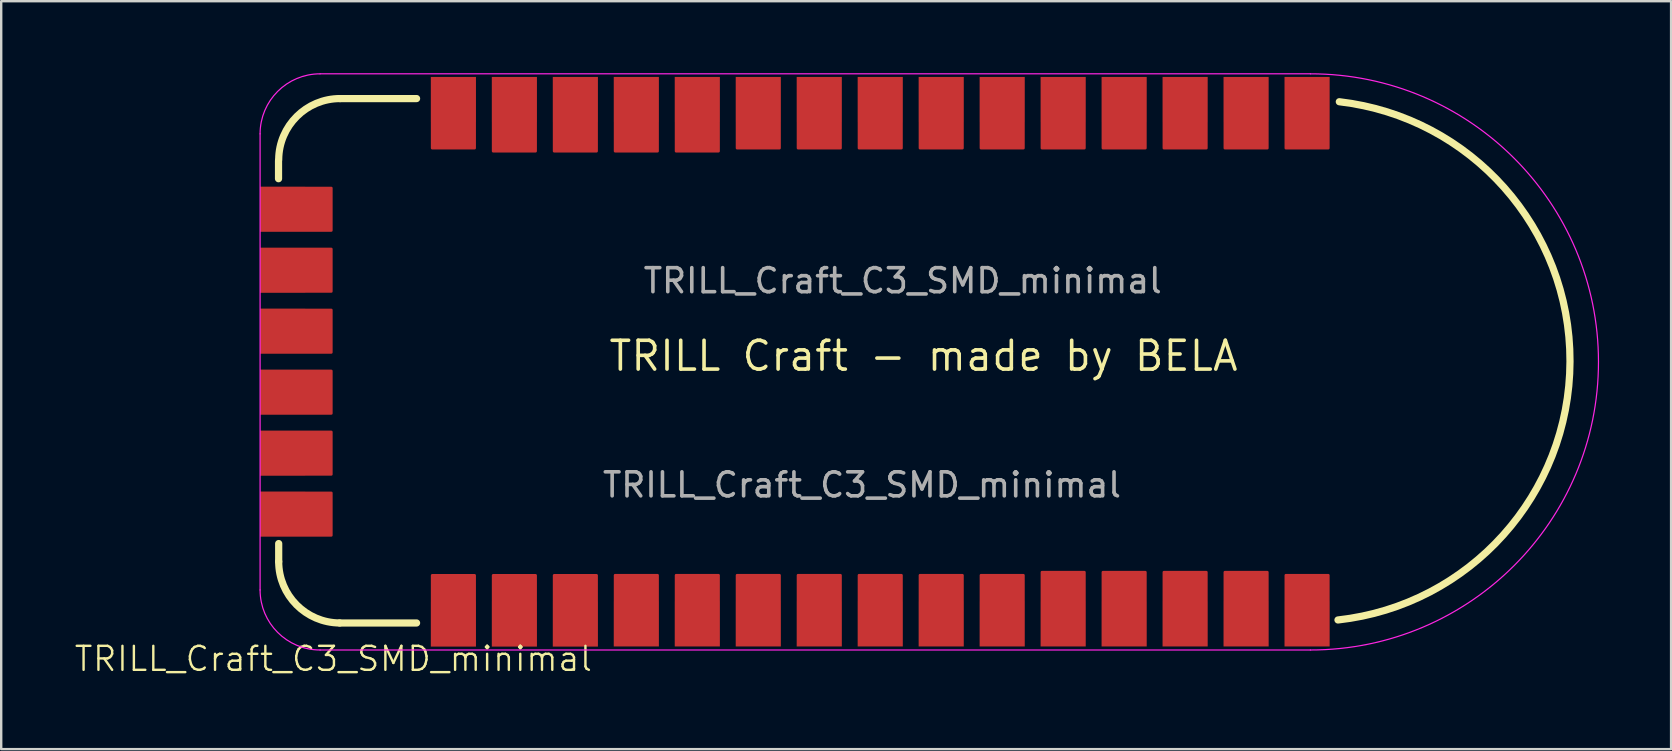
<source format=kicad_pcb>
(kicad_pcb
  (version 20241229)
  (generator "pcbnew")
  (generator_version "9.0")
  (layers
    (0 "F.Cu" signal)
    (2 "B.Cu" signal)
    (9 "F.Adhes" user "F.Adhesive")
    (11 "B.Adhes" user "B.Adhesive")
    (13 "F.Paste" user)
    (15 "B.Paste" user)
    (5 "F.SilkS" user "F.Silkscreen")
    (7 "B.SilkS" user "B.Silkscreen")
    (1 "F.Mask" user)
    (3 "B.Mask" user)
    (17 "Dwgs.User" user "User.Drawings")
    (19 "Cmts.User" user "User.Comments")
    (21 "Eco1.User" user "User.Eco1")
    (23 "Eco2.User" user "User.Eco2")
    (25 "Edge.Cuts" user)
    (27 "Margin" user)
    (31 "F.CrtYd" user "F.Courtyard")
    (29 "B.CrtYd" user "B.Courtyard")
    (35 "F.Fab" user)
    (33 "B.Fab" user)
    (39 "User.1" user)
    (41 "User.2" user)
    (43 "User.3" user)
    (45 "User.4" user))
  (footprint "TRILL_Craft_C3_SMD_minimal"
    (layer "F.Cu")
    (at 33.985 11.978)
    (property "Reference" "TRILL_Craft_C3_SMD_minimal" (at -23.149 12.416 0) (unlocked yes) (layer "F.SilkS") (effects (font (size 1 1) (thickness 0.1))))
    (attr smd)
    (fp_line (start -25.433 -7.584) (end -25.433 -8.334) (stroke (width 0.3) (type default)) (layer "F.SilkS"))
    (fp_line (start -25.426 8.364) (end -25.426 7.614) (stroke (width 0.3) (type default)) (layer "F.SilkS"))
    (fp_line (start -22.886 10.922) (end -19.683 10.922) (stroke (width 0.3) (type solid)) (layer "F.SilkS"))
    (fp_line (start -19.683 -10.922) (end -22.868 -10.922) (stroke (width 0.3) (type solid)) (layer "F.SilkS"))
    (fp_arc (start -25.426 -8.382) (mid -24.670384 -10.179139) (end -22.867934 -10.922) (stroke (width 0.3) (type solid)) (layer "F.SilkS"))
    (fp_arc (start -22.886 10.922) (mid -24.683139 10.166384) (end -25.426 8.363934) (stroke (width 0.3) (type solid)) (layer "F.SilkS"))
    (fp_arc (start 18.75449 -10.790335) (mid 28.362977 0.028215) (end 18.698419 10.796706) (stroke (width 0.3) (type solid)) (layer "F.SilkS"))
    (fp_line (start -26.201 9.547) (end -26.201 -9.453) (stroke (width 0.05) (type default)) (layer "F.CrtYd"))
    (fp_line (start 17.549 -11.953) (end -23.701 -11.953) (stroke (width 0.05) (type default)) (layer "F.CrtYd"))
    (fp_line (start 17.549 12.047) (end -23.701 12.047) (stroke (width 0.05) (type default)) (layer "F.CrtYd"))
    (fp_arc (start -26.201006 -9.452658) (mid -25.468773 -11.220425) (end -23.701006 -11.952658) (stroke (width 0.05) (type default)) (layer "F.CrtYd"))
    (fp_arc (start -23.701006 12.047342) (mid -25.468773 11.315109) (end -26.201006 9.547342) (stroke (width 0.05) (type default)) (layer "F.CrtYd"))
    (fp_arc (start 17.548994 -11.952658) (mid 29.548994 0.047342) (end 17.548994 12.047342) (stroke (width 0.05) (type default)) (layer "F.CrtYd"))
    (fp_text user "TRILL Craft - made by BELA" (at -11.75 0.5 0) (unlocked yes) (layer "F.SilkS") (effects (font (size 1.2 1.2) (thickness 0.15)) (justify left bottom)))
    (fp_text user "${REFERENCE}" (at -1.131 5.171 0) (unlocked yes) (layer "F.Fab") (effects (font (size 1 1) (thickness 0.15))))
    (fp_text user "${REFERENCE}" (at 0.567 -3.334 0) (unlocked yes) (layer "F.Fab") (effects (font (size 1 1) (thickness 0.15))))
    (pad "0" smd custom (at -18.149 10.965) (size 1.88 1.88) (layers "F.Cu" "F.Mask" "F.Paste") (options (anchor rect)) (primitives (gr_poly (pts (xy 0.889 0) (xy -0.889 0) (xy -0.889 -2.032) (xy 0.889 -2.032)) (width 0.1) (fill yes))))
    (pad "1" smd custom (at -15.609 10.965) (size 1.88 1.88) (layers "F.Cu" "F.Mask" "F.Paste") (options (anchor rect)) (primitives (gr_poly (pts (xy 0.889 0) (xy -0.889 0) (xy -0.889 -2.032) (xy 0.889 -2.032)) (width 0.1) (fill yes))))
    (pad "2" smd custom (at -13.069 10.965) (size 1.88 1.88) (layers "F.Cu" "F.Mask" "F.Paste") (options (anchor rect)) (primitives (gr_poly (pts (xy 0.889 0) (xy -0.889 0) (xy -0.889 -2.032) (xy 0.889 -2.032)) (width 0.1) (fill yes))))
    (pad "3" smd custom (at -10.529 10.96) (size 1.88 1.88) (layers "F.Cu" "F.Mask" "F.Paste") (options (anchor rect)) (primitives (gr_poly (pts (xy 0.889 0) (xy -0.889 0) (xy -0.889 -2.032) (xy 0.889 -2.032)) (width 0.1) (fill yes))))
    (pad "4" smd custom (at -7.989 10.96) (size 1.88 1.88) (layers "F.Cu" "F.Mask" "F.Paste") (options (anchor rect)) (primitives (gr_poly (pts (xy 0.889 0) (xy -0.889 0) (xy -0.889 -2.032) (xy 0.889 -2.032)) (width 0.1) (fill yes))))
    (pad "5" smd custom (at -5.449 10.96) (size 1.88 1.88) (layers "F.Cu" "F.Mask" "F.Paste") (options (anchor rect)) (primitives (gr_poly (pts (xy 0.889 0) (xy -0.889 0) (xy -0.889 -2.032) (xy 0.889 -2.032)) (width 0.1) (fill yes))))
    (pad "6" smd custom (at -2.909 10.96) (size 1.88 1.88) (layers "F.Cu" "F.Mask" "F.Paste") (options (anchor rect)) (primitives (gr_poly (pts (xy 0.889 0) (xy -0.889 0) (xy -0.889 -2.032) (xy 0.889 -2.032)) (width 0.1) (fill yes))))
    (pad "7" smd custom (at -0.369 10.96) (size 1.88 1.88) (layers "F.Cu" "F.Mask" "F.Paste") (options (anchor rect)) (primitives (gr_poly (pts (xy 0.889 0) (xy -0.889 0) (xy -0.889 -2.032) (xy 0.889 -2.032)) (width 0.1) (fill yes))))
    (pad "8" smd custom (at 2.171 10.96) (size 1.88 1.88) (layers "F.Cu" "F.Mask" "F.Paste") (options (anchor rect)) (primitives (gr_poly (pts (xy 0.889 0) (xy -0.889 0) (xy -0.889 -2.032) (xy 0.889 -2.032)) (width 0.1) (fill yes))))
    (pad "9" smd custom (at 4.711 10.96) (size 1.88 1.88) (layers "F.Cu" "F.Mask" "F.Paste") (options (anchor rect)) (primitives (gr_poly (pts (xy 0.889 0) (xy -0.889 0) (xy -0.889 -2.032) (xy 0.889 -2.032)) (width 0.1) (fill yes))))
    (pad "10" smd custom (at 7.251 10.96) (size 1.88 1.88) (layers "F.Cu" "F.Mask" "F.Paste") (options (anchor rect)) (primitives (gr_poly (pts (xy 0.889 -0.127) (xy -0.889 -0.127) (xy -0.889 -2.159) (xy 0.889 -2.159)) (width 0.1) (fill yes))))
    (pad "11" smd custom (at 9.791 10.96) (size 1.88 1.88) (layers "F.Cu" "F.Mask" "F.Paste") (options (anchor rect)) (primitives (gr_poly (pts (xy 0.889 -0.127) (xy -0.889 -0.127) (xy -0.889 -2.159) (xy 0.889 -2.159)) (width 0.1) (fill yes))))
    (pad "12" smd custom (at 12.331 10.96) (size 1.88 1.88) (layers "F.Cu" "F.Mask" "F.Paste") (options (anchor rect)) (primitives (gr_poly (pts (xy 0.889 -0.127) (xy -0.889 -0.127) (xy -0.889 -2.159) (xy 0.889 -2.159)) (width 0.1) (fill yes))))
    (pad "13" smd custom (at 14.871 10.96) (size 1.88 1.88) (layers "F.Cu" "F.Mask" "F.Paste") (options (anchor rect)) (primitives (gr_poly (pts (xy 0.889 -0.127) (xy -0.889 -0.127) (xy -0.889 -2.159) (xy 0.889 -2.159)) (width 0.1) (fill yes))))
    (pad "14" smd custom (at 17.411 10.96) (size 1.88 1.88) (layers "F.Cu" "F.Mask" "F.Paste") (options (anchor rect)) (primitives (gr_poly (pts (xy 0.889 0) (xy -0.889 0) (xy -0.889 -2.032) (xy 0.889 -2.032)) (width 0.1) (fill yes))))
    (pad "15" smd custom (at 17.411 -10.884 180) (size 1.88 1.88) (layers "F.Cu" "F.Mask" "F.Paste") (options (anchor rect)) (primitives (gr_poly (pts (xy 0.889 0) (xy -0.889 0) (xy -0.889 -2.032) (xy 0.889 -2.032)) (width 0.1) (fill yes))))
    (pad "16" smd custom (at 14.871 -10.884 180) (size 1.88 1.88) (layers "F.Cu" "F.Mask" "F.Paste") (options (anchor rect)) (primitives (gr_poly (pts (xy 0.889 0) (xy -0.889 0) (xy -0.889 -2.032) (xy 0.889 -2.032)) (width 0.1) (fill yes))))
    (pad "17" smd custom (at 12.331 -10.884 180) (size 1.88 1.88) (layers "F.Cu" "F.Mask" "F.Paste") (options (anchor rect)) (primitives (gr_poly (pts (xy 0.889 0) (xy -0.889 0) (xy -0.889 -2.032) (xy 0.889 -2.032)) (width 0.1) (fill yes))))
    (pad "18" smd custom (at 9.791 -10.884 180) (size 1.88 1.88) (layers "F.Cu" "F.Mask" "F.Paste") (options (anchor rect)) (primitives (gr_poly (pts (xy 0.889 0) (xy -0.889 0) (xy -0.889 -2.032) (xy 0.889 -2.032)) (width 0.1) (fill yes))))
    (pad "19" smd custom (at 7.251 -10.884 180) (size 1.88 1.88) (layers "F.Cu" "F.Mask" "F.Paste") (options (anchor rect)) (primitives (gr_poly (pts (xy 0.889 0) (xy -0.889 0) (xy -0.889 -2.032) (xy 0.889 -2.032)) (width 0.1) (fill yes))))
    (pad "20" smd custom (at 4.711 -10.884 180) (size 1.88 1.88) (layers "F.Cu" "F.Mask" "F.Paste") (options (anchor rect)) (primitives (gr_poly (pts (xy 0.889 0) (xy -0.889 0) (xy -0.889 -2.032) (xy 0.889 -2.032)) (width 0.1) (fill yes))))
    (pad "21" smd custom (at 2.171 -10.884 180) (size 1.88 1.88) (layers "F.Cu" "F.Mask" "F.Paste") (options (anchor rect)) (primitives (gr_poly (pts (xy 0.889 0) (xy -0.889 0) (xy -0.889 -2.032) (xy 0.889 -2.032)) (width 0.1) (fill yes))))
    (pad "22" smd custom (at -0.369 -10.884 180) (size 1.88 1.88) (layers "F.Cu" "F.Mask" "F.Paste") (options (anchor rect)) (primitives (gr_poly (pts (xy 0.889 0) (xy -0.889 0) (xy -0.889 -2.032) (xy 0.889 -2.032)) (width 0.1) (fill yes))))
    (pad "23" smd custom (at -2.909 -10.884 180) (size 1.88 1.88) (layers "F.Cu" "F.Mask" "F.Paste") (options (anchor rect)) (primitives (gr_poly (pts (xy 0.889 0) (xy -0.889 0) (xy -0.889 -2.032) (xy 0.889 -2.032)) (width 0.1) (fill yes))))
    (pad "24" smd custom (at -5.449 -10.884 180) (size 1.88 1.88) (layers "F.Cu" "F.Mask" "F.Paste") (options (anchor rect)) (primitives (gr_poly (pts (xy 0.889 0) (xy -0.889 0) (xy -0.889 -2.032) (xy 0.889 -2.032)) (width 0.1) (fill yes))))
    (pad "25" smd custom (at -7.989 -10.884 180) (size 1.88 1.88) (layers "F.Cu" "F.Mask" "F.Paste") (options (anchor rect)) (primitives (gr_poly (pts (xy 0.889 -0.127) (xy -0.889 -0.127) (xy -0.889 -2.159) (xy 0.889 -2.159)) (width 0.1) (fill yes))))
    (pad "26" smd custom (at -10.529 -10.884 180) (size 1.88 1.88) (layers "F.Cu" "F.Mask" "F.Paste") (options (anchor rect)) (primitives (gr_poly (pts (xy 0.889 -0.127) (xy -0.889 -0.127) (xy -0.889 -2.159) (xy 0.889 -2.159)) (width 0.1) (fill yes))))
    (pad "27" smd custom (at -13.069 -10.884 180) (size 1.88 1.88) (layers "F.Cu" "F.Mask" "F.Paste") (options (anchor rect)) (primitives (gr_poly (pts (xy 0.889 -0.127) (xy -0.889 -0.127) (xy -0.889 -2.159) (xy 0.889 -2.159)) (width 0.1) (fill yes))))
    (pad "28" smd custom (at -15.609 -10.884 180) (size 1.88 1.88) (layers "F.Cu" "F.Mask" "F.Paste") (options (anchor rect)) (primitives (gr_poly (pts (xy 0.889 -0.127) (xy -0.889 -0.127) (xy -0.889 -2.159) (xy 0.889 -2.159)) (width 0.1) (fill yes))))
    (pad "29" smd custom (at -18.149 -10.884 180) (size 1.88 1.88) (layers "F.Cu" "F.Mask" "F.Paste") (options (anchor rect)) (primitives (gr_poly (pts (xy 0.889 0) (xy -0.889 0) (xy -0.889 -2.032) (xy 0.889 -2.032)) (width 0.1) (fill yes))))
    (pad "EVT" smd custom (at -25.261 -3.772 270) (size 1.88 1.88) (layers "F.Cu" "F.Mask" "F.Paste") (options (anchor rect)) (primitives (gr_poly (pts (xy 0.889 0) (xy -0.889 0) (xy -0.889 -2.032) (xy 0.889 -2.032)) (width 0.1) (fill yes))))
    (pad "GND" smd custom (at -25.261 -1.232 270) (size 1.88 1.88) (layers "F.Cu" "F.Mask" "F.Paste") (options (anchor rect)) (primitives (gr_poly (pts (xy 0.889 0) (xy -0.889 0) (xy -0.889 -2.032) (xy 0.889 -2.032)) (width 0.1) (fill yes))))
    (pad "RST" smd custom (at -25.261 -6.312 270) (size 1.88 1.88) (layers "F.Cu" "F.Mask" "F.Paste") (options (anchor rect)) (primitives (gr_poly (pts (xy 0.889 0) (xy -0.889 0) (xy -0.889 -2.032) (xy 0.889 -2.032)) (width 0.1) (fill yes))))
    (pad "SCL" smd custom (at -25.261 6.388 270) (size 1.88 1.88) (layers "F.Cu" "F.Mask" "F.Paste") (options (anchor rect)) (primitives (gr_poly (pts (xy 0.889 0) (xy -0.889 0) (xy -0.889 -2.032) (xy 0.889 -2.032)) (width 0.1) (fill yes))))
    (pad "SDA" smd custom (at -25.261 3.848 270) (size 1.88 1.88) (layers "F.Cu" "F.Mask" "F.Paste") (options (anchor rect)) (primitives (gr_poly (pts (xy 0.889 0) (xy -0.889 0) (xy -0.889 -2.032) (xy 0.889 -2.032)) (width 0.1) (fill yes))))
    (pad "VCC" smd custom (at -25.261 1.308 270) (size 1.88 1.88) (layers "F.Cu" "F.Mask" "F.Paste") (options (anchor rect)) (primitives (gr_poly (pts (xy 0.889 0) (xy -0.889 0) (xy -0.889 -2.032) (xy 0.889 -2.032)) (width 0.1) (fill yes)))))
  (gr_rect
    (start -3 -3)
    (end 66.559 28.155)
    (stroke (width 0.1) (type default))
    (fill no)
    (layer "Edge.Cuts")))
</source>
